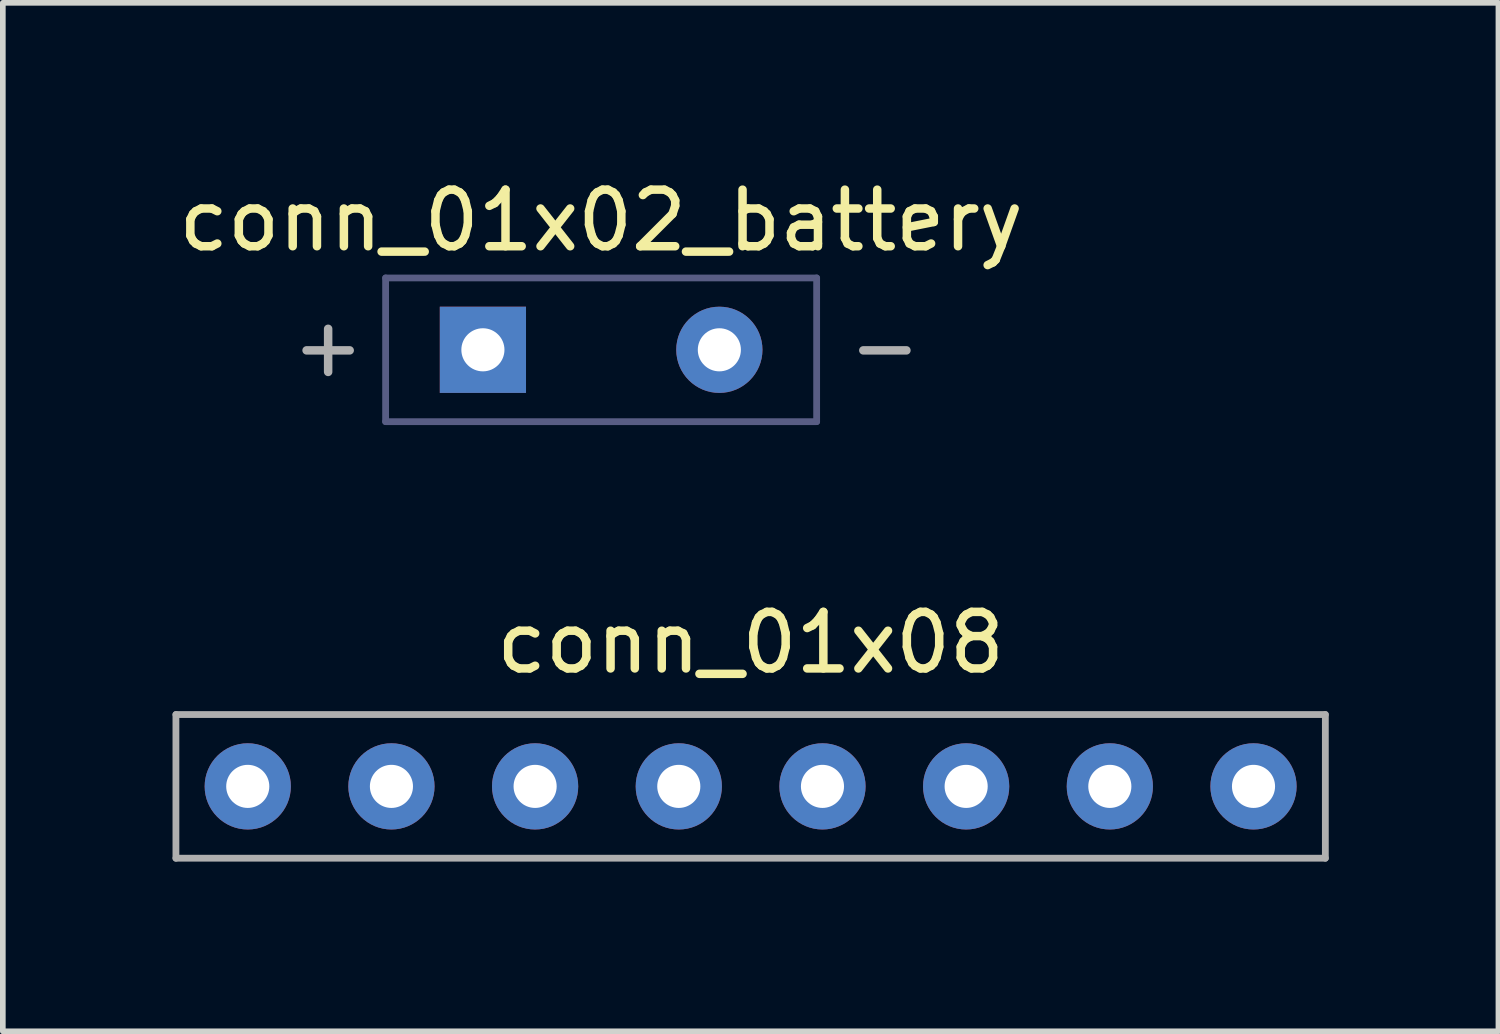
<source format=kicad_pcb>
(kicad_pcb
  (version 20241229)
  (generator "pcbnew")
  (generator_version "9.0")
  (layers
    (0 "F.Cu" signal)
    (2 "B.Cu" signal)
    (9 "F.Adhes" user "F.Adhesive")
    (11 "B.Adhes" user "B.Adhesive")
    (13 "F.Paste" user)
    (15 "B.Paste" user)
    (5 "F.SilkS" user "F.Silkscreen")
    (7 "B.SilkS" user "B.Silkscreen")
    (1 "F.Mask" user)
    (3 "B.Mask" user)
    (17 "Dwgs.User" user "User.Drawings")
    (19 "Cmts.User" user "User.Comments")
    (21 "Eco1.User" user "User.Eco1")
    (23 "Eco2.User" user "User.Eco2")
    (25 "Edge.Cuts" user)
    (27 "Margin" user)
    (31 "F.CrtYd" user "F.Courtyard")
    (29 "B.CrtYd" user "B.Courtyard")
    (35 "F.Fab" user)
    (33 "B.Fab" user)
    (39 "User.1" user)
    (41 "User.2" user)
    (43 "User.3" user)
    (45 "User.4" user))
  (footprint "conn_01x02_battery"
    (layer "F.Cu")
    (at 7.577 3.134)
    (property "Reference" "conn_01x02_battery" (at 0 -2.286 0) (layer "F.SilkS") (effects (font (size 1 1) (thickness 0.15))))
    (attr through_hole)
    (fp_line (start -3.81 -1.27) (end -3.81 1.27) (stroke (width 0.12) (type solid)) (layer "B.Fab"))
    (fp_line (start -3.81 1.27) (end 3.81 1.27) (stroke (width 0.12) (type solid)) (layer "B.Fab"))
    (fp_line (start 3.81 -1.27) (end -3.81 -1.27) (stroke (width 0.12) (type solid)) (layer "B.Fab"))
    (fp_line (start 3.81 1.27) (end 3.81 -1.27) (stroke (width 0.12) (type solid)) (layer "B.Fab"))
    (fp_text user "+" (at -4.826 -0.064 0) (layer "F.Fab") (effects (font (size 1 1) (thickness 0.15))))
    (fp_text user "-" (at 5.016 -0.064 0) (layer "F.Fab") (effects (font (size 1 1) (thickness 0.15))))
    (pad "1" thru_hole rect (at -2.09 0) (size 1.524 1.524) (drill 0.762) (layers "*.Cu" "*.Mask"))
    (pad "2" thru_hole circle (at 2.09 0) (size 1.524 1.524) (drill 0.762) (layers "*.Cu" "*.Mask")))
  (footprint "conn_01x08"
    (layer "F.Cu")
    (at 10.22 10.852)
    (property "Reference" "conn_01x08" (at 0 -2.54 0) (layer "F.SilkS") (effects (font (size 1 1) (thickness 0.15))))
    (attr through_hole)
    (fp_line (start -10.16 -1.27) (end -10.16 1.27) (stroke (width 0.12) (type solid)) (layer "F.Fab"))
    (fp_line (start -10.16 1.27) (end 10.16 1.27) (stroke (width 0.12) (type solid)) (layer "F.Fab"))
    (fp_line (start 10.16 -1.27) (end -10.16 -1.27) (stroke (width 0.12) (type solid)) (layer "F.Fab"))
    (fp_line (start 10.16 1.27) (end 10.16 -1.27) (stroke (width 0.12) (type solid)) (layer "F.Fab"))
    (pad "1" thru_hole circle (at -8.89 0) (size 1.524 1.524) (drill 0.762) (layers "*.Cu" "*.Mask"))
    (pad "2" thru_hole circle (at -6.35 0) (size 1.524 1.524) (drill 0.762) (layers "*.Cu" "*.Mask"))
    (pad "3" thru_hole circle (at -3.81 0) (size 1.524 1.524) (drill 0.762) (layers "*.Cu" "*.Mask"))
    (pad "4" thru_hole circle (at -1.27 0) (size 1.524 1.524) (drill 0.762) (layers "*.Cu" "*.Mask"))
    (pad "5" thru_hole circle (at 1.27 0) (size 1.524 1.524) (drill 0.762) (layers "*.Cu" "*.Mask"))
    (pad "6" thru_hole circle (at 3.81 0) (size 1.524 1.524) (drill 0.762) (layers "*.Cu" "*.Mask"))
    (pad "7" thru_hole circle (at 6.35 0) (size 1.524 1.524) (drill 0.762) (layers "*.Cu" "*.Mask"))
    (pad "8" thru_hole circle (at 8.89 0) (size 1.524 1.524) (drill 0.762) (layers "*.Cu" "*.Mask")))
  (gr_rect
    (start -3 -3)
    (end 23.44 15.182)
    (stroke (width 0.1) (type default))
    (fill no)
    (layer "Edge.Cuts")))
</source>
